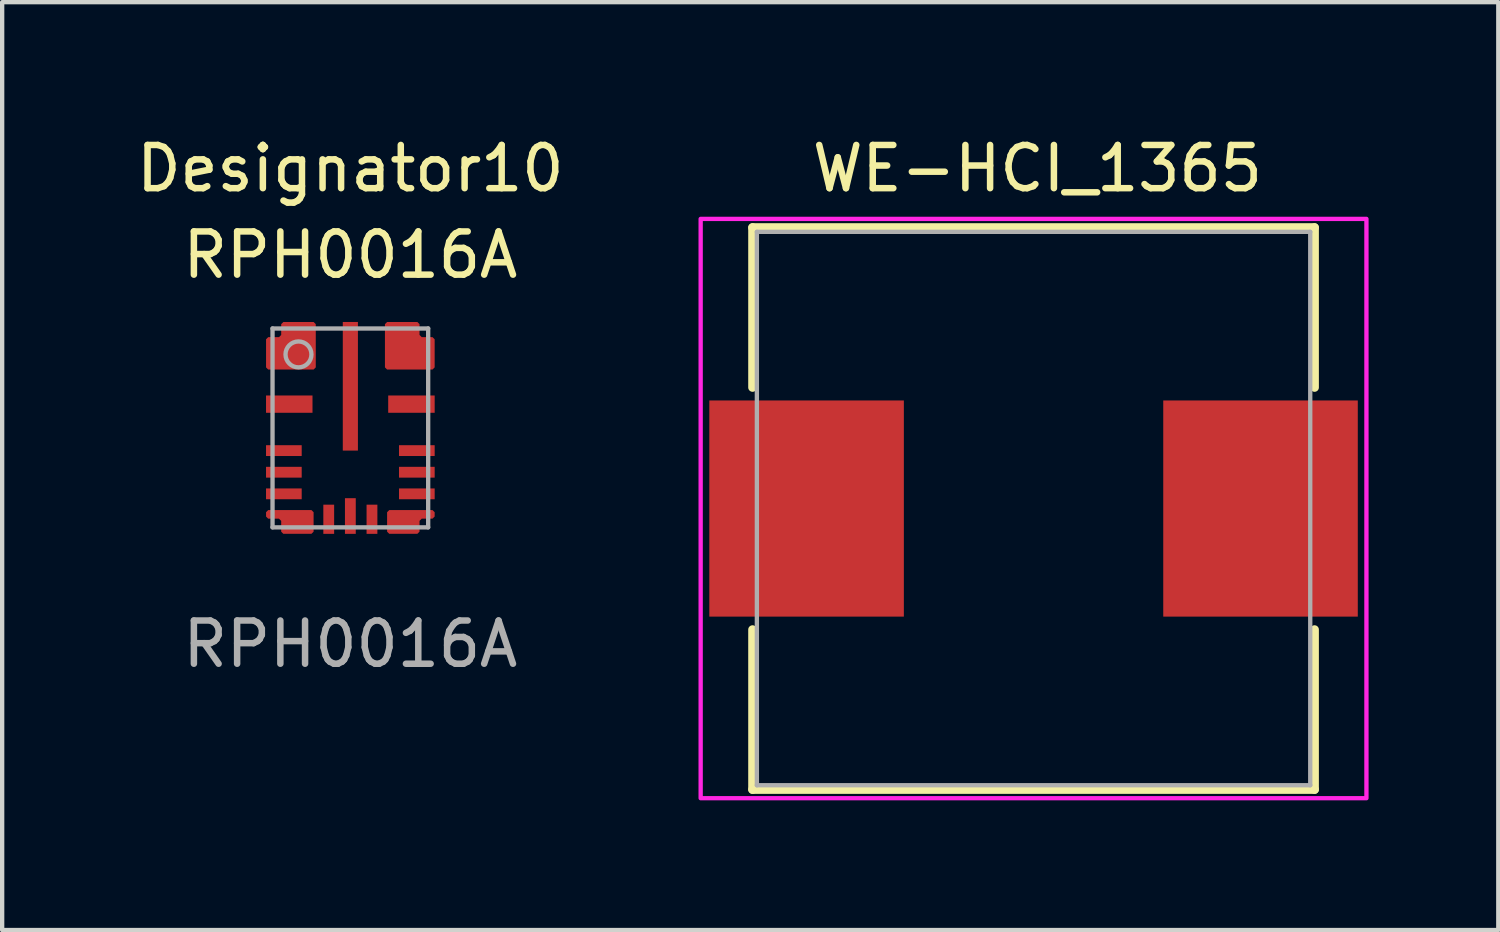
<source format=kicad_pcb>
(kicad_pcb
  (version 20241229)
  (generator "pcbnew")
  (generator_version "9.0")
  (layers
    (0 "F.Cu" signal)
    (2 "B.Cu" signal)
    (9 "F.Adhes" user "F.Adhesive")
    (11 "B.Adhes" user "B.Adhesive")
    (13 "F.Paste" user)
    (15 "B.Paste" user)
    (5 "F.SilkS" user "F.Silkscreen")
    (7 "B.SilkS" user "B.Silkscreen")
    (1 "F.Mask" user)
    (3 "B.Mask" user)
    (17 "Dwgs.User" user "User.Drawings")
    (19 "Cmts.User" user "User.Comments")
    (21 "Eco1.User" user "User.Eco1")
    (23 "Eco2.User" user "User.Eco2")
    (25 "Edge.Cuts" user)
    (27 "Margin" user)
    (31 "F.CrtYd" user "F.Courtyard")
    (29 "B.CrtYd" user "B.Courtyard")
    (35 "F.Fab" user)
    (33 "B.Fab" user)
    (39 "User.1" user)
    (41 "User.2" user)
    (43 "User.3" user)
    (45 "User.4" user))
  (footprint "WE-HCI_1365"
    (layer "F.Cu")
    (at 20.857 8.713)
    (property "Reference" "WE-HCI_1365" (at 0.09 -7.865 0) (layer "F.SilkS") (effects (font (size 1 1) (thickness 0.15))))
    (attr smd)
    (fp_line (start -6.5 -6.5) (end 6.5 -6.5) (stroke (width 0.2) (type solid)) (layer "F.SilkS"))
    (fp_line (start -6.5 -2.8) (end -6.5 -6.5) (stroke (width 0.2) (type solid)) (layer "F.SilkS"))
    (fp_line (start -6.5 2.8) (end -6.5 6.5) (stroke (width 0.2) (type solid)) (layer "F.SilkS"))
    (fp_line (start -6.5 6.5) (end 6.5 6.5) (stroke (width 0.2) (type solid)) (layer "F.SilkS"))
    (fp_line (start 6.5 -6.5) (end 6.5 -2.8) (stroke (width 0.2) (type solid)) (layer "F.SilkS"))
    (fp_line (start 6.5 6.5) (end 6.5 2.8) (stroke (width 0.2) (type solid)) (layer "F.SilkS"))
    (fp_poly (pts (xy -7.7 -6.7) (xy 7.7 -6.7) (xy 7.7 6.7) (xy -7.7 6.7)) (stroke (width 0.1) (type solid)) (fill no) (layer "F.CrtYd"))
    (fp_line (start -6.4 -6.4) (end 6.4 -6.4) (stroke (width 0.1) (type solid)) (layer "F.Fab"))
    (fp_line (start -6.4 6.4) (end -6.4 -6.4) (stroke (width 0.1) (type solid)) (layer "F.Fab"))
    (fp_line (start -6.4 6.4) (end 6.4 6.4) (stroke (width 0.1) (type solid)) (layer "F.Fab"))
    (fp_line (start 6.4 6.4) (end 6.4 -6.4) (stroke (width 0.1) (type solid)) (layer "F.Fab"))
    (pad "1" smd rect (at -5.25 0) (size 4.5 5) (layers "F.Cu" "F.Mask" "F.Paste"))
    (pad "2" smd rect (at 5.25 0) (size 4.5 5) (layers "F.Cu" "F.Mask" "F.Paste")))
  (footprint "RPH0016A"
    (layer "F.Cu")
    (at 5.054 6.848)
    (property "Reference" "RPH0016A" (at 0 -4 0) (unlocked yes) (layer "F.SilkS") (effects (font (size 1 1) (thickness 0.15))))
    (attr smd)
    (fp_poly (pts (xy -1.95 -1.4) (xy -1.95 -2.05) (xy -1.9 -2.1) (xy -1.65 -2.1) (xy -1.6 -2.15) (xy -1.6 -2.4) (xy -1.55 -2.45) (xy -0.85 -2.45) (xy -0.8 -2.4) (xy -0.8 -1.4) (xy -0.85 -1.35) (xy -1.9 -1.35)) (stroke (width 0) (type solid)) (fill yes) (layer "F.Cu"))
    (fp_poly (pts (xy -1.95 2.05) (xy -1.9 2.1) (xy -1.65 2.1) (xy -1.6 2.15) (xy -1.6 2.4) (xy -1.55 2.45) (xy -0.9 2.45) (xy -0.85 2.4) (xy -0.85 1.95) (xy -0.9 1.9) (xy -1.9 1.9) (xy -1.95 1.95)) (stroke (width 0) (type solid)) (fill yes) (layer "F.Cu"))
    (fp_poly (pts (xy 1.95 -1.4) (xy 1.95 -2.05) (xy 1.9 -2.1) (xy 1.65 -2.1) (xy 1.6 -2.15) (xy 1.6 -2.4) (xy 1.55 -2.45) (xy 0.85 -2.45) (xy 0.8 -2.4) (xy 0.8 -1.4) (xy 0.85 -1.35) (xy 1.9 -1.35)) (stroke (width 0) (type solid)) (fill yes) (layer "F.Cu"))
    (fp_poly (pts (xy 1.95 2.05) (xy 1.9 2.1) (xy 1.65 2.1) (xy 1.6 2.15) (xy 1.6 2.4) (xy 1.55 2.45) (xy 0.9 2.45) (xy 0.85 2.4) (xy 0.85 1.95) (xy 0.9 1.9) (xy 1.9 1.9) (xy 1.95 1.95)) (stroke (width 0) (type solid)) (fill yes) (layer "F.Cu"))
    (fp_poly (pts (xy -2.001 2.05) (xy -2.001 1.95) (xy -2 1.94) (xy -1.997 1.931) (xy -1.992 1.922) (xy -1.986 1.914) (xy -1.936 1.864) (xy -1.928 1.858) (xy -1.919 1.853) (xy -1.91 1.85) (xy -1.9 1.849) (xy -0.9 1.849) (xy -0.89 1.85) (xy -0.881 1.853) (xy -0.872 1.858) (xy -0.864 1.864) (xy -0.814 1.914) (xy -0.808 1.922) (xy -0.803 1.931) (xy -0.8 1.94) (xy -0.799 1.95) (xy -0.799 2.4) (xy -0.8 2.41) (xy -0.803 2.419) (xy -0.808 2.428) (xy -0.814 2.436) (xy -0.864 2.486) (xy -0.872 2.492) (xy -0.881 2.497) (xy -0.89 2.5) (xy -0.9 2.501) (xy -1.55 2.501) (xy -1.56 2.5) (xy -1.569 2.497) (xy -1.578 2.492) (xy -1.586 2.486) (xy -1.636 2.436) (xy -1.642 2.428) (xy -1.647 2.419) (xy -1.65 2.41) (xy -1.651 2.4) (xy -1.651 2.171) (xy -1.671 2.151) (xy -1.9 2.151) (xy -1.91 2.15) (xy -1.919 2.147) (xy -1.928 2.142) (xy -1.936 2.136) (xy -1.986 2.086) (xy -1.992 2.078) (xy -1.997 2.069) (xy -2 2.06)) (stroke (width 0) (type solid)) (fill yes) (layer "F.Mask"))
    (fp_poly (pts (xy -1.986 -1.364) (xy -1.992 -1.372) (xy -1.997 -1.381) (xy -2 -1.39) (xy -2.001 -1.4) (xy -2.001 -2.05) (xy -2 -2.06) (xy -1.997 -2.069) (xy -1.992 -2.078) (xy -1.986 -2.086) (xy -1.936 -2.136) (xy -1.928 -2.142) (xy -1.919 -2.147) (xy -1.91 -2.15) (xy -1.9 -2.151) (xy -1.671 -2.151) (xy -1.651 -2.171) (xy -1.651 -2.4) (xy -1.65 -2.41) (xy -1.647 -2.419) (xy -1.642 -2.428) (xy -1.636 -2.436) (xy -1.586 -2.486) (xy -1.578 -2.492) (xy -1.569 -2.497) (xy -1.56 -2.5) (xy -1.55 -2.501) (xy -0.85 -2.501) (xy -0.84 -2.5) (xy -0.831 -2.497) (xy -0.822 -2.492) (xy -0.814 -2.486) (xy -0.764 -2.436) (xy -0.758 -2.428) (xy -0.753 -2.419) (xy -0.75 -2.41) (xy -0.749 -2.4) (xy -0.749 -1.4) (xy -0.75 -1.39) (xy -0.753 -1.381) (xy -0.758 -1.372) (xy -0.764 -1.364) (xy -0.814 -1.314) (xy -0.822 -1.308) (xy -0.831 -1.303) (xy -0.84 -1.3) (xy -0.85 -1.299) (xy -1.9 -1.299) (xy -1.91 -1.3) (xy -1.919 -1.303) (xy -1.928 -1.308) (xy -1.936 -1.314)) (stroke (width 0) (type solid)) (fill yes) (layer "F.Mask"))
    (fp_poly (pts (xy 1.986 -1.364) (xy 1.936 -1.314) (xy 1.928 -1.308) (xy 1.919 -1.303) (xy 1.91 -1.3) (xy 1.9 -1.299) (xy 0.85 -1.299) (xy 0.84 -1.3) (xy 0.831 -1.303) (xy 0.822 -1.308) (xy 0.814 -1.314) (xy 0.764 -1.364) (xy 0.758 -1.372) (xy 0.753 -1.381) (xy 0.75 -1.39) (xy 0.749 -1.4) (xy 0.749 -2.4) (xy 0.75 -2.41) (xy 0.753 -2.419) (xy 0.758 -2.428) (xy 0.764 -2.436) (xy 0.814 -2.486) (xy 0.822 -2.492) (xy 0.831 -2.497) (xy 0.84 -2.5) (xy 0.85 -2.501) (xy 1.55 -2.501) (xy 1.56 -2.5) (xy 1.569 -2.497) (xy 1.578 -2.492) (xy 1.586 -2.486) (xy 1.636 -2.436) (xy 1.642 -2.428) (xy 1.647 -2.419) (xy 1.65 -2.41) (xy 1.651 -2.4) (xy 1.651 -2.171) (xy 1.671 -2.151) (xy 1.9 -2.151) (xy 1.91 -2.15) (xy 1.919 -2.147) (xy 1.928 -2.142) (xy 1.936 -2.136) (xy 1.986 -2.086) (xy 1.992 -2.078) (xy 1.997 -2.069) (xy 2 -2.06) (xy 2.001 -2.05) (xy 2.001 -1.4) (xy 2 -1.39) (xy 1.997 -1.381) (xy 1.992 -1.372)) (stroke (width 0) (type solid)) (fill yes) (layer "F.Mask"))
    (fp_poly (pts (xy 2.001 2.05) (xy 2 2.06) (xy 1.997 2.069) (xy 1.992 2.078) (xy 1.986 2.086) (xy 1.936 2.136) (xy 1.928 2.142) (xy 1.919 2.147) (xy 1.91 2.15) (xy 1.9 2.151) (xy 1.671 2.151) (xy 1.651 2.171) (xy 1.651 2.4) (xy 1.65 2.41) (xy 1.647 2.419) (xy 1.642 2.428) (xy 1.636 2.436) (xy 1.586 2.486) (xy 1.578 2.492) (xy 1.569 2.497) (xy 1.56 2.5) (xy 1.55 2.501) (xy 0.9 2.501) (xy 0.89 2.5) (xy 0.881 2.497) (xy 0.872 2.492) (xy 0.864 2.486) (xy 0.814 2.436) (xy 0.808 2.428) (xy 0.803 2.419) (xy 0.8 2.41) (xy 0.799 2.4) (xy 0.799 1.95) (xy 0.8 1.94) (xy 0.803 1.931) (xy 0.808 1.922) (xy 0.814 1.914) (xy 0.864 1.864) (xy 0.872 1.858) (xy 0.881 1.853) (xy 0.89 1.85) (xy 0.9 1.849) (xy 1.9 1.849) (xy 1.91 1.85) (xy 1.919 1.853) (xy 1.928 1.858) (xy 1.936 1.864) (xy 1.986 1.914) (xy 1.992 1.922) (xy 1.997 1.931) (xy 2 1.94) (xy 2.001 1.95)) (stroke (width 0) (type solid)) (fill yes) (layer "F.Mask"))
    (fp_poly (pts (xy -0.85 2.35) (xy -0.9 2.4) (xy -1.52 2.4) (xy -1.57 2.35) (xy -1.57 2.15) (xy -1.62 2.1) (xy -1.9 2.1) (xy -1.95 2.05) (xy -1.95 1.95) (xy -1.9 1.9) (xy -0.9 1.9) (xy -0.85 1.95)) (stroke (width 0) (type solid)) (fill yes) (layer "F.Paste"))
    (fp_poly (pts (xy -0.8 -1.4) (xy -0.8 -2.34) (xy -0.85 -2.39) (xy -1.49 -2.39) (xy -1.54 -2.34) (xy -1.54 -2.09) (xy -1.59 -2.04) (xy -1.79 -2.04) (xy -1.84 -1.99) (xy -1.84 -1.4) (xy -1.79 -1.35) (xy -0.85 -1.35)) (stroke (width 0) (type solid)) (fill yes) (layer "F.Paste"))
    (fp_poly (pts (xy 0.8 -1.4) (xy 0.8 -2.34) (xy 0.85 -2.39) (xy 1.49 -2.39) (xy 1.54 -2.34) (xy 1.54 -2.09) (xy 1.59 -2.04) (xy 1.79 -2.04) (xy 1.84 -1.99) (xy 1.84 -1.4) (xy 1.79 -1.35) (xy 0.85 -1.35)) (stroke (width 0) (type solid)) (fill yes) (layer "F.Paste"))
    (fp_poly (pts (xy 0.85 2.35) (xy 0.9 2.4) (xy 1.52 2.4) (xy 1.57 2.35) (xy 1.57 2.15) (xy 1.62 2.1) (xy 1.9 2.1) (xy 1.95 2.05) (xy 1.95 1.95) (xy 1.9 1.9) (xy 0.9 1.9) (xy 0.85 1.95)) (stroke (width 0) (type solid)) (fill yes) (layer "F.Paste"))
    (fp_line (start -1.8 -2.3) (end 1.8 -2.3) (stroke (width 0.1) (type solid)) (layer "F.Fab"))
    (fp_line (start -1.8 2.3) (end -1.8 -2.3) (stroke (width 0.1) (type solid)) (layer "F.Fab"))
    (fp_line (start -1.8 2.3) (end 1.8 2.3) (stroke (width 0.1) (type solid)) (layer "F.Fab"))
    (fp_line (start 1.8 2.3) (end 1.8 -2.3) (stroke (width 0.1) (type solid)) (layer "F.Fab"))
    (fp_circle (center -1.2 -1.7) (end -0.9 -1.7) (stroke (width 0.1) (type solid)) (fill no) (layer "F.Fab"))
    (fp_text user "Designator10" (at 0 -6 0) (unlocked yes) (layer "F.SilkS") (effects (font (size 1 1) (thickness 0.15))))
    (fp_text user "${REFERENCE}" (at 0 5 0) (unlocked yes) (layer "F.Fab") (effects (font (size 1 1) (thickness 0.15))))
    (pad "1" smd rect (at -1.375 -1.9) (size 0.25 0.25) (layers "F.Cu" "F.Mask"))
    (pad "2" smd rect (at -1.413 -0.55) (size 1.075 0.4) (layers "F.Cu" "F.Mask" "F.Paste"))
    (pad "3" smd rect (at -1.538 0.525) (size 0.825 0.25) (layers "F.Cu" "F.Mask" "F.Paste"))
    (pad "4" smd rect (at -1.538 1.025) (size 0.825 0.25) (layers "F.Cu" "F.Mask" "F.Paste"))
    (pad "5" smd rect (at -1.538 1.525) (size 0.825 0.25) (layers "F.Cu" "F.Mask" "F.Paste"))
    (pad "6" smd rect (at -1.4 2.175) (size 0.25 0.25) (layers "F.Cu" "F.Mask"))
    (pad "7" smd rect (at -0.5 2.113 90) (size 0.675 0.25) (layers "F.Cu" "F.Mask" "F.Paste"))
    (pad "8" smd rect (at 0 2.038 90) (size 0.825 0.25) (layers "F.Cu" "F.Mask" "F.Paste"))
    (pad "9" smd rect (at 0.5 2.113 90) (size 0.675 0.25) (layers "F.Cu" "F.Mask" "F.Paste"))
    (pad "10" smd rect (at 1.4 2.175) (size 0.25 0.25) (layers "F.Cu" "F.Mask"))
    (pad "11" smd rect (at 1.538 1.525) (size 0.825 0.25) (layers "F.Cu" "F.Mask" "F.Paste"))
    (pad "12" smd rect (at 1.538 1.025) (size 0.825 0.25) (layers "F.Cu" "F.Mask" "F.Paste"))
    (pad "13" smd rect (at 1.538 0.525) (size 0.825 0.25) (layers "F.Cu" "F.Mask" "F.Paste"))
    (pad "14" smd rect (at 1.413 -0.55) (size 1.075 0.4) (layers "F.Cu" "F.Mask" "F.Paste"))
    (pad "15" smd rect (at 1.375 -1.9) (size 0.25 0.25) (layers "F.Cu" "F.Mask"))
    (pad "16" smd rect (at 0 -0.963 90) (size 2.975 0.35) (layers "F.Cu" "F.Mask" "F.Paste")))
  (gr_rect
    (start -3 -3)
    (end 31.607 18.463)
    (stroke (width 0.1) (type default))
    (fill no)
    (layer "Edge.Cuts")))
</source>
